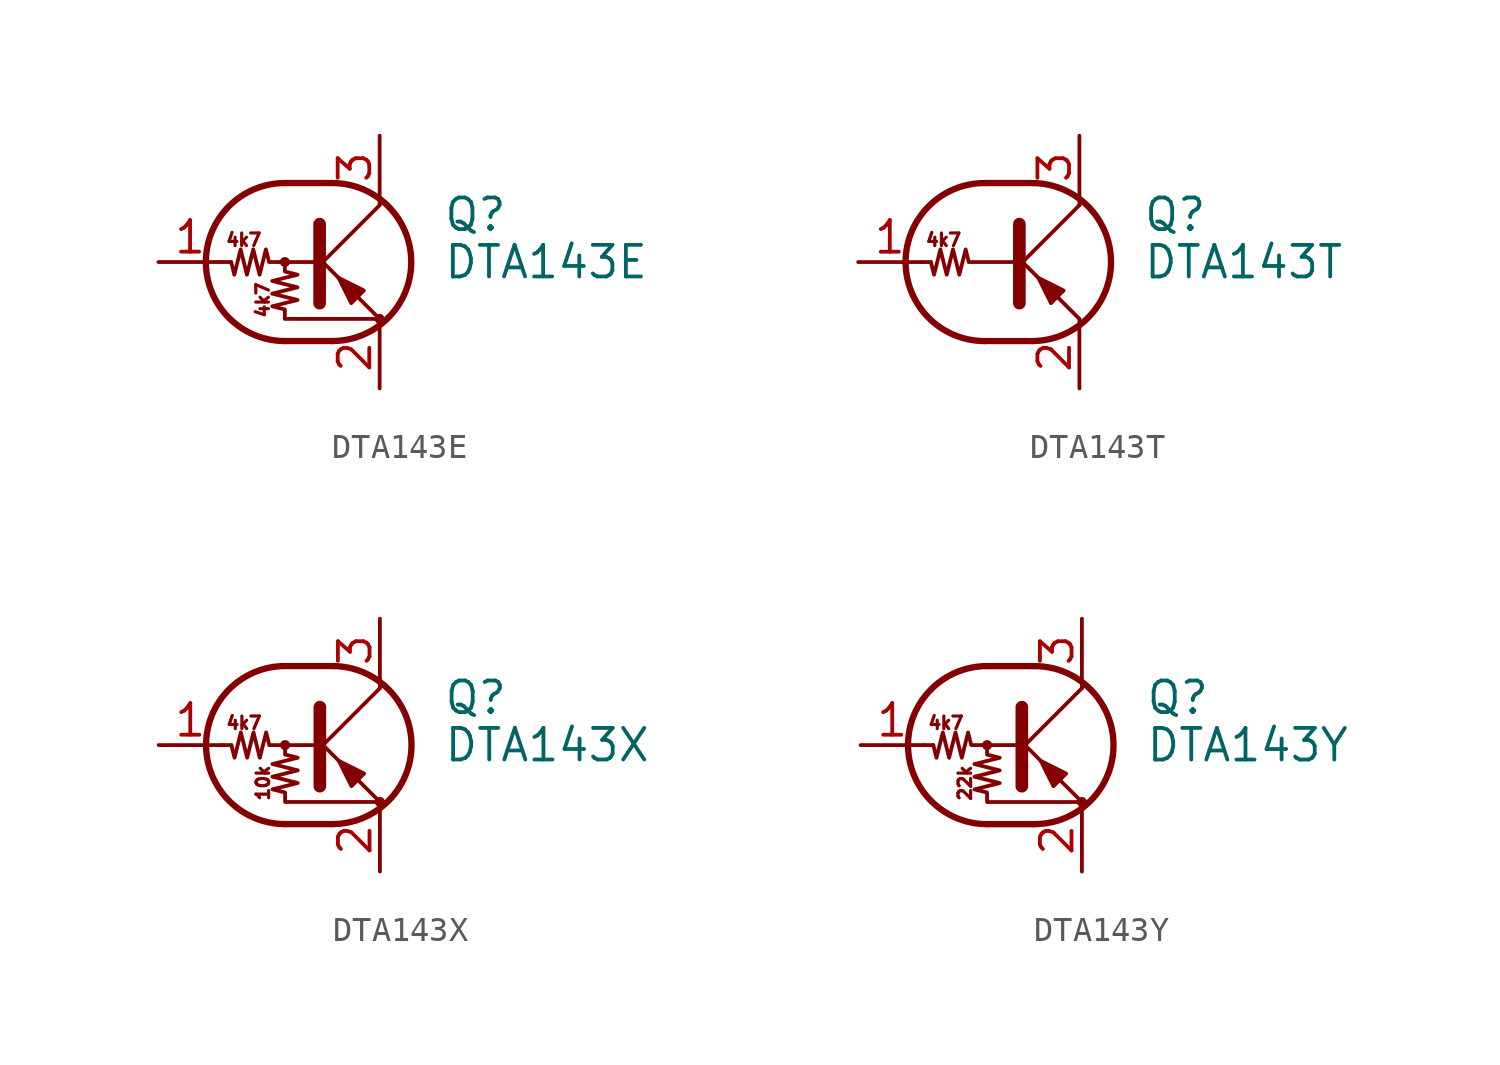
<source format=kicad_sym>
(kicad_symbol_lib
  (version 20200908)
  (generator kicad_symbol_editor)
  (symbol "Transistor_BJT:DTA143E"
    (pin_names
      (offset 0) hide)
    (property "Reference" "Q"
      (at 5.08 1.905 0)
      (effects (font (size 1.27 1.27)) (justify left)))
    (property "Value" "DTA143E"
      (at 5.08 0 0)
      (effects (font (size 1.27 1.27)) (justify left)))
    (symbol "DTA143E_0_1"
      (arc (start -1.27 3.175) (end -1.27 -3.175) (radius (at -1.27 0) (length 3.175) (angles 90.1 -90.1)) (stroke (width 0.254)) (fill (type none)))
      (arc (start 0.635 -3.175) (end 0.635 3.175) (radius (at 0.635 0) (length 3.175) (angles -89.9 89.9)) (stroke (width 0.254)) (fill (type none)))
      (circle (center -1.27 0) (radius 0.127) (stroke (width 0)) (fill (type none)))
      (circle (center 2.54 -2.286) (radius 0.127) (stroke (width 0)) (fill (type none)))
      (polyline (pts (xy -3.429 0) (xy -3.81 0)) (stroke (width 0)) (fill (type none)))
      (polyline (pts (xy -1.27 -3.175) (xy 0.635 -3.175)) (stroke (width 0.254)) (fill (type none)))
      (polyline (pts (xy -1.27 3.175) (xy 0.635 3.175)) (stroke (width 0.254)) (fill (type none)))
      (polyline (pts (xy 0 -0.254) (xy 2.54 2.286)) (stroke (width 0)) (fill (type none)))
      (polyline (pts (xy 0.127 1.524) (xy 0.127 -1.651)) (stroke (width 0.508)) (fill (type outline)))
      (polyline (pts (xy 2.54 2.286) (xy 2.54 2.54)) (stroke (width 0)) (fill (type none)))
      (polyline (pts (xy 2.54 -2.286) (xy 0 0.254) (xy 0 0.254)) (stroke (width 0)) (fill (type none)))
      (polyline (pts (xy 1.397 -1.651) (xy 1.905 -1.143) (xy 0.889 -0.635) (xy 1.397 -1.651)) (stroke (width 0)) (fill (type outline)))
      (polyline (pts (xy 0 0) (xy -1.905 0) (xy -2.032 0.508) (xy -2.286 -0.508) (xy -2.54 0.508) (xy -2.794 -0.508) (xy -3.048 0.508) (xy -3.302 -0.508) (xy -3.429 0)) (stroke (width 0)) (fill (type none)))
      (polyline (pts (xy -1.27 0) (xy -1.27 -0.381) (xy -0.762 -0.508) (xy -1.778 -0.762) (xy -0.762 -1.016) (xy -1.778 -1.27) (xy -0.762 -1.524) (xy -1.778 -1.778) (xy -1.27 -1.905) (xy -1.27 -2.286) (xy 2.54 -2.286)) (stroke (width 0)) (fill (type none))))
    (symbol "DTA143E_0_0"
      (text "4k7" (at -2.921 0.889 0) (effects (font (size 0.508 0.508))))
      (text "4k7" (at -2.159 -1.524 900) (effects (font (size 0.508 0.508)))))
    (symbol "DTA143E_1_1"
      (pin input line (at -6.35 0 0) (length 2.54) (name "B" (effects (font (size 1.27 1.27)))) (number "1" (effects (font (size 1.27 1.27)))))
      (pin passive line (at 2.54 -5.08 90) (length 2.54) (name "E" (effects (font (size 1.27 1.27)))) (number "2" (effects (font (size 1.27 1.27)))))
      (pin passive line (at 2.54 5.08 270) (length 2.54) (name "C" (effects (font (size 1.27 1.27)))) (number "3" (effects (font (size 1.27 1.27)))))))
  (symbol "Transistor_BJT:DTA143T"
    (pin_names
      (offset 0) hide)
    (property "Reference" "Q"
      (at 5.08 1.905 0)
      (effects (font (size 1.27 1.27)) (justify left)))
    (property "Value" "DTA143T"
      (at 5.08 0 0)
      (effects (font (size 1.27 1.27)) (justify left)))
    (symbol "DTA143T_0_1"
      (arc (start -1.27 3.175) (end -1.27 -3.175) (radius (at -1.27 0) (length 3.175) (angles 90.1 -90.1)) (stroke (width 0.254)) (fill (type none)))
      (arc (start 0.635 -3.175) (end 0.635 3.175) (radius (at 0.635 0) (length 3.175) (angles -89.9 89.9)) (stroke (width 0.254)) (fill (type none)))
      (polyline (pts (xy -3.429 0) (xy -3.81 0)) (stroke (width 0)) (fill (type none)))
      (polyline (pts (xy -1.27 -3.175) (xy 0.635 -3.175)) (stroke (width 0.254)) (fill (type none)))
      (polyline (pts (xy -1.27 3.175) (xy 0.635 3.175)) (stroke (width 0.254)) (fill (type none)))
      (polyline (pts (xy 0 -0.254) (xy 2.54 2.286)) (stroke (width 0)) (fill (type none)))
      (polyline (pts (xy 0.127 1.524) (xy 0.127 -1.651)) (stroke (width 0.508)) (fill (type outline)))
      (polyline (pts (xy 2.54 2.286) (xy 2.54 2.54)) (stroke (width 0)) (fill (type none)))
      (polyline (pts (xy 2.54 -2.286) (xy 0 0.254) (xy 0 0.254)) (stroke (width 0)) (fill (type none)))
      (polyline (pts (xy 1.397 -1.651) (xy 1.905 -1.143) (xy 0.889 -0.635) (xy 1.397 -1.651)) (stroke (width 0)) (fill (type outline)))
      (polyline (pts (xy 0 0) (xy -1.905 0) (xy -2.032 0.508) (xy -2.286 -0.508) (xy -2.54 0.508) (xy -2.794 -0.508) (xy -3.048 0.508) (xy -3.302 -0.508) (xy -3.429 0)) (stroke (width 0)) (fill (type none))))
    (symbol "DTA143T_0_0"
      (text "4k7" (at -2.921 0.889 0) (effects (font (size 0.508 0.508))))
      (polyline (pts (xy 2.54 -2.286) (xy 2.54 -2.54)) (stroke (width 0)) (fill (type none))))
    (symbol "DTA143T_1_1"
      (pin input line (at -6.35 0 0) (length 2.54) (name "B" (effects (font (size 1.27 1.27)))) (number "1" (effects (font (size 1.27 1.27)))))
      (pin passive line (at 2.54 -5.08 90) (length 2.54) (name "E" (effects (font (size 1.27 1.27)))) (number "2" (effects (font (size 1.27 1.27)))))
      (pin passive line (at 2.54 5.08 270) (length 2.54) (name "C" (effects (font (size 1.27 1.27)))) (number "3" (effects (font (size 1.27 1.27)))))))
  (symbol "Transistor_BJT:DTA143X"
    (pin_names
      (offset 0) hide)
    (property "Reference" "Q"
      (at 5.08 1.905 0)
      (effects (font (size 1.27 1.27)) (justify left)))
    (property "Value" "DTA143X"
      (at 5.08 0 0)
      (effects (font (size 1.27 1.27)) (justify left)))
    (symbol "DTA143X_0_1"
      (arc (start -1.27 3.175) (end -1.27 -3.175) (radius (at -1.27 0) (length 3.175) (angles 90.1 -90.1)) (stroke (width 0.254)) (fill (type none)))
      (arc (start 0.635 -3.175) (end 0.635 3.175) (radius (at 0.635 0) (length 3.175) (angles -89.9 89.9)) (stroke (width 0.254)) (fill (type none)))
      (circle (center -1.27 0) (radius 0.127) (stroke (width 0)) (fill (type none)))
      (circle (center 2.54 -2.286) (radius 0.127) (stroke (width 0)) (fill (type none)))
      (polyline (pts (xy -3.429 0) (xy -3.81 0)) (stroke (width 0)) (fill (type none)))
      (polyline (pts (xy -1.27 -3.175) (xy 0.635 -3.175)) (stroke (width 0.254)) (fill (type none)))
      (polyline (pts (xy -1.27 3.175) (xy 0.635 3.175)) (stroke (width 0.254)) (fill (type none)))
      (polyline (pts (xy 0 -0.254) (xy 2.54 2.286)) (stroke (width 0)) (fill (type none)))
      (polyline (pts (xy 0.127 1.524) (xy 0.127 -1.651)) (stroke (width 0.508)) (fill (type outline)))
      (polyline (pts (xy 2.54 2.286) (xy 2.54 2.54)) (stroke (width 0)) (fill (type none)))
      (polyline (pts (xy 2.54 -2.286) (xy 0 0.254) (xy 0 0.254)) (stroke (width 0)) (fill (type none)))
      (polyline (pts (xy 1.397 -1.651) (xy 1.905 -1.143) (xy 0.889 -0.635) (xy 1.397 -1.651)) (stroke (width 0)) (fill (type outline)))
      (polyline (pts (xy 0 0) (xy -1.905 0) (xy -2.032 0.508) (xy -2.286 -0.508) (xy -2.54 0.508) (xy -2.794 -0.508) (xy -3.048 0.508) (xy -3.302 -0.508) (xy -3.429 0)) (stroke (width 0)) (fill (type none)))
      (polyline (pts (xy -1.27 0) (xy -1.27 -0.381) (xy -0.762 -0.508) (xy -1.778 -0.762) (xy -0.762 -1.016) (xy -1.778 -1.27) (xy -0.762 -1.524) (xy -1.778 -1.778) (xy -1.27 -1.905) (xy -1.27 -2.286) (xy 2.54 -2.286)) (stroke (width 0)) (fill (type none))))
    (symbol "DTA143X_0_0"
      (text "10k" (at -2.159 -1.524 900) (effects (font (size 0.508 0.508))))
      (text "4k7" (at -2.921 0.889 0) (effects (font (size 0.508 0.508)))))
    (symbol "DTA143X_1_1"
      (pin input line (at -6.35 0 0) (length 2.54) (name "B" (effects (font (size 1.27 1.27)))) (number "1" (effects (font (size 1.27 1.27)))))
      (pin passive line (at 2.54 -5.08 90) (length 2.54) (name "E" (effects (font (size 1.27 1.27)))) (number "2" (effects (font (size 1.27 1.27)))))
      (pin passive line (at 2.54 5.08 270) (length 2.54) (name "C" (effects (font (size 1.27 1.27)))) (number "3" (effects (font (size 1.27 1.27)))))))
  (symbol "Transistor_BJT:DTA143Y"
    (pin_names
      (offset 0) hide)
    (property "Reference" "Q"
      (at 5.08 1.905 0)
      (effects (font (size 1.27 1.27)) (justify left)))
    (property "Value" "DTA143Y"
      (at 5.08 0 0)
      (effects (font (size 1.27 1.27)) (justify left)))
    (symbol "DTA143Y_0_1"
      (arc (start -1.27 3.175) (end -1.27 -3.175) (radius (at -1.27 0) (length 3.175) (angles 90.1 -90.1)) (stroke (width 0.254)) (fill (type none)))
      (arc (start 0.635 -3.175) (end 0.635 3.175) (radius (at 0.635 0) (length 3.175) (angles -89.9 89.9)) (stroke (width 0.254)) (fill (type none)))
      (circle (center -1.27 0) (radius 0.127) (stroke (width 0)) (fill (type none)))
      (circle (center 2.54 -2.286) (radius 0.127) (stroke (width 0)) (fill (type none)))
      (polyline (pts (xy -3.429 0) (xy -3.81 0)) (stroke (width 0)) (fill (type none)))
      (polyline (pts (xy -1.27 -3.175) (xy 0.635 -3.175)) (stroke (width 0.254)) (fill (type none)))
      (polyline (pts (xy -1.27 3.175) (xy 0.635 3.175)) (stroke (width 0.254)) (fill (type none)))
      (polyline (pts (xy 0 -0.254) (xy 2.54 2.286)) (stroke (width 0)) (fill (type none)))
      (polyline (pts (xy 0.127 1.524) (xy 0.127 -1.651)) (stroke (width 0.508)) (fill (type outline)))
      (polyline (pts (xy 2.54 2.286) (xy 2.54 2.54)) (stroke (width 0)) (fill (type none)))
      (polyline (pts (xy 2.54 -2.286) (xy 0 0.254) (xy 0 0.254)) (stroke (width 0)) (fill (type none)))
      (polyline (pts (xy 1.397 -1.651) (xy 1.905 -1.143) (xy 0.889 -0.635) (xy 1.397 -1.651)) (stroke (width 0)) (fill (type outline)))
      (polyline (pts (xy 0 0) (xy -1.905 0) (xy -2.032 0.508) (xy -2.286 -0.508) (xy -2.54 0.508) (xy -2.794 -0.508) (xy -3.048 0.508) (xy -3.302 -0.508) (xy -3.429 0)) (stroke (width 0)) (fill (type none)))
      (polyline (pts (xy -1.27 0) (xy -1.27 -0.381) (xy -0.762 -0.508) (xy -1.778 -0.762) (xy -0.762 -1.016) (xy -1.778 -1.27) (xy -0.762 -1.524) (xy -1.778 -1.778) (xy -1.27 -1.905) (xy -1.27 -2.286) (xy 2.54 -2.286)) (stroke (width 0)) (fill (type none))))
    (symbol "DTA143Y_0_0"
      (text "22k" (at -2.159 -1.524 900) (effects (font (size 0.508 0.508))))
      (text "4k7" (at -2.921 0.889 0) (effects (font (size 0.508 0.508)))))
    (symbol "DTA143Y_1_1"
      (pin input line (at -6.35 0 0) (length 2.54) (name "B" (effects (font (size 1.27 1.27)))) (number "1" (effects (font (size 1.27 1.27)))))
      (pin passive line (at 2.54 -5.08 90) (length 2.54) (name "E" (effects (font (size 1.27 1.27)))) (number "2" (effects (font (size 1.27 1.27)))))
      (pin passive line (at 2.54 5.08 270) (length 2.54) (name "C" (effects (font (size 1.27 1.27)))) (number "3" (effects (font (size 1.27 1.27))))))))
</source>
